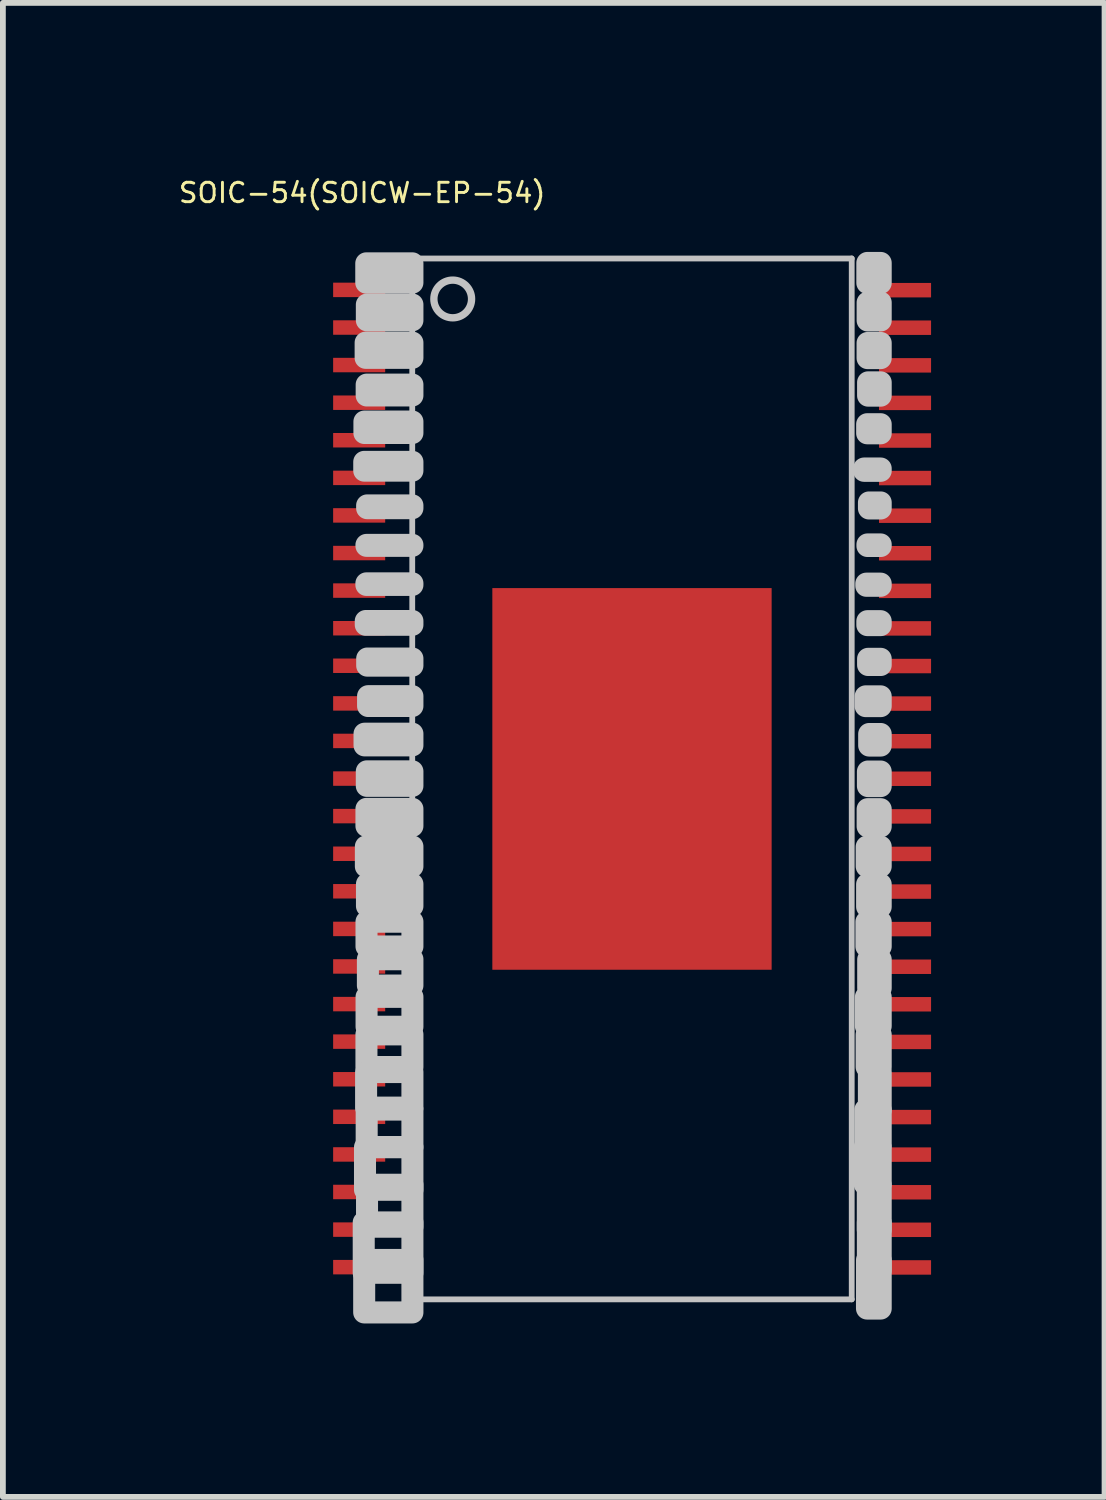
<source format=kicad_pcb>
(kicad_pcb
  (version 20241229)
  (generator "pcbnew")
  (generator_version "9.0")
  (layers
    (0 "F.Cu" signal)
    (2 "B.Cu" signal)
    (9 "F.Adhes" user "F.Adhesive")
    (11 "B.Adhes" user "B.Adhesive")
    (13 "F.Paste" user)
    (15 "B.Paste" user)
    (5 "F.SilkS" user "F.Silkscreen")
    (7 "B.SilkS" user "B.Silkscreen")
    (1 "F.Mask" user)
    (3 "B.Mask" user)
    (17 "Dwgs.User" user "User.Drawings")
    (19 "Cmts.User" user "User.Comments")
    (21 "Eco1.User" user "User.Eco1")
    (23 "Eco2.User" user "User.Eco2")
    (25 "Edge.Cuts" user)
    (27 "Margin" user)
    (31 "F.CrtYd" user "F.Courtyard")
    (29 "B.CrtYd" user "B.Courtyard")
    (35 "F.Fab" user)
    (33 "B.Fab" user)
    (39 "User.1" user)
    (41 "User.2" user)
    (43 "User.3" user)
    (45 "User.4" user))
  (footprint "SOIC-54(SOICW-EP-54)"
    (layer "F.Cu")
    (at 7.879 10.52)
    (property "Reference" "SOIC-54(SOICW-EP-54)" (at -4.666 -10.235 0) (layer "F.SilkS") (effects (font (size 0.336 0.336) (thickness 0.05))))
    (attr smd)
    (fp_line (start -3.8 -9.1) (end -3.8 8.9) (stroke (width 0.1) (type solid)) (layer "Dwgs.User"))
    (fp_line (start -3.8 8.9) (end 3.8 8.9) (stroke (width 0.1) (type solid)) (layer "Dwgs.User"))
    (fp_line (start 3.8 -9.1) (end -3.8 -9.1) (stroke (width 0.1) (type solid)) (layer "Dwgs.User"))
    (fp_line (start 3.8 8.9) (end 3.8 -9.1) (stroke (width 0.1) (type solid)) (layer "Dwgs.User"))
    (fp_circle (center -3.1 -8.4) (end -2.774 -8.4) (stroke (width 0.127) (type solid)) (fill no) (layer "Dwgs.User"))
    (fp_poly (pts (xy -3.797 -9.016) (xy -4.595 -9.016) (xy -4.595 -8.682) (xy -3.797 -8.682)) (stroke (width 0.381) (type solid)) (fill no) (layer "Dwgs.User"))
    (fp_poly (pts (xy -3.797 -8.303) (xy -4.585 -8.303) (xy -4.585 -8.031) (xy -3.797 -8.031)) (stroke (width 0.381) (type solid)) (fill no) (layer "Dwgs.User"))
    (fp_poly (pts (xy -3.797 -7.645) (xy -4.606 -7.645) (xy -4.606 -7.382) (xy -3.797 -7.382)) (stroke (width 0.381) (type solid)) (fill no) (layer "Dwgs.User"))
    (fp_poly (pts (xy -3.797 -6.919) (xy -4.588 -6.919) (xy -4.588 -6.731) (xy -3.797 -6.731)) (stroke (width 0.381) (type solid)) (fill no) (layer "Dwgs.User"))
    (fp_poly (pts (xy -3.797 -6.28) (xy -4.627 -6.28) (xy -4.627 -6.082) (xy -3.797 -6.082)) (stroke (width 0.381) (type solid)) (fill no) (layer "Dwgs.User"))
    (fp_poly (pts (xy -3.797 -5.583) (xy -4.63 -5.583) (xy -4.63 -5.431) (xy -3.797 -5.431)) (stroke (width 0.381) (type solid)) (fill no) (layer "Dwgs.User"))
    (fp_poly (pts (xy -3.797 -4.83) (xy -4.58 -4.83) (xy -4.58 -4.782) (xy -3.797 -4.782)) (stroke (width 0.381) (type solid)) (fill no) (layer "Dwgs.User"))
    (fp_poly (pts (xy -3.797 -4.147) (xy -4.592 -4.147) (xy -4.592 -4.131) (xy -3.797 -4.131)) (stroke (width 0.381) (type solid)) (fill no) (layer "Dwgs.User"))
    (fp_poly (pts (xy -3.797 -3.455) (xy -4.593 -3.455) (xy -4.593 -3.482) (xy -3.797 -3.482)) (stroke (width 0.381) (type solid)) (fill no) (layer "Dwgs.User"))
    (fp_poly (pts (xy -3.797 -2.765) (xy -4.604 -2.765) (xy -4.604 -2.831) (xy -3.797 -2.831)) (stroke (width 0.381) (type solid)) (fill no) (layer "Dwgs.User"))
    (fp_poly (pts (xy -3.797 -2.059) (xy -4.579 -2.059) (xy -4.579 -2.182) (xy -3.797 -2.182)) (stroke (width 0.381) (type solid)) (fill no) (layer "Dwgs.User"))
    (fp_poly (pts (xy -3.797 -1.361) (xy -4.564 -1.361) (xy -4.564 -1.531) (xy -3.797 -1.531)) (stroke (width 0.381) (type solid)) (fill no) (layer "Dwgs.User"))
    (fp_poly (pts (xy -3.797 -0.68) (xy -4.625 -0.68) (xy -4.625 -0.882) (xy -3.797 -0.882)) (stroke (width 0.381) (type solid)) (fill no) (layer "Dwgs.User"))
    (fp_poly (pts (xy -3.797 0.02) (xy -4.586 0.02) (xy -4.586 -0.231) (xy -3.797 -0.231)) (stroke (width 0.381) (type solid)) (fill no) (layer "Dwgs.User"))
    (fp_poly (pts (xy -3.797 0.714) (xy -4.592 0.714) (xy -4.592 0.418) (xy -3.797 0.418)) (stroke (width 0.381) (type solid)) (fill no) (layer "Dwgs.User"))
    (fp_poly (pts (xy -3.797 1.413) (xy -4.602 1.413) (xy -4.602 1.069) (xy -3.797 1.069)) (stroke (width 0.381) (type solid)) (fill no) (layer "Dwgs.User"))
    (fp_poly (pts (xy -3.797 2.099) (xy -4.583 2.099) (xy -4.583 1.718) (xy -3.797 1.718)) (stroke (width 0.381) (type solid)) (fill no) (layer "Dwgs.User"))
    (fp_poly (pts (xy -3.797 2.798) (xy -4.591 2.798) (xy -4.591 2.369) (xy -3.797 2.369)) (stroke (width 0.381) (type solid)) (fill no) (layer "Dwgs.User"))
    (fp_poly (pts (xy -3.797 3.473) (xy -4.567 3.473) (xy -4.567 3.018) (xy -3.797 3.018)) (stroke (width 0.381) (type solid)) (fill no) (layer "Dwgs.User"))
    (fp_poly (pts (xy -3.797 4.186) (xy -4.59 4.186) (xy -4.59 3.669) (xy -3.797 3.669)) (stroke (width 0.381) (type solid)) (fill no) (layer "Dwgs.User"))
    (fp_poly (pts (xy -3.797 4.882) (xy -4.592 4.882) (xy -4.592 4.318) (xy -3.797 4.318)) (stroke (width 0.381) (type solid)) (fill no) (layer "Dwgs.User"))
    (fp_poly (pts (xy -3.797 5.584) (xy -4.598 5.584) (xy -4.598 4.969) (xy -3.797 4.969)) (stroke (width 0.381) (type solid)) (fill no) (layer "Dwgs.User"))
    (fp_poly (pts (xy -3.797 6.265) (xy -4.588 6.265) (xy -4.588 5.618) (xy -3.797 5.618)) (stroke (width 0.381) (type solid)) (fill no) (layer "Dwgs.User"))
    (fp_poly (pts (xy -3.797 7.005) (xy -4.617 7.005) (xy -4.617 6.269) (xy -3.797 6.269)) (stroke (width 0.381) (type solid)) (fill no) (layer "Dwgs.User"))
    (fp_poly (pts (xy -3.797 7.644) (xy -4.582 7.644) (xy -4.582 6.918) (xy -3.797 6.918)) (stroke (width 0.381) (type solid)) (fill no) (layer "Dwgs.User"))
    (fp_poly (pts (xy -3.797 8.441) (xy -4.639 8.441) (xy -4.639 7.569) (xy -3.797 7.569)) (stroke (width 0.381) (type solid)) (fill no) (layer "Dwgs.User"))
    (fp_poly (pts (xy -3.797 9.126) (xy -4.631 9.126) (xy -4.631 8.218) (xy -3.797 8.218)) (stroke (width 0.381) (type solid)) (fill no) (layer "Dwgs.User"))
    (fp_poly (pts (xy 4.014 -5.428) (xy 4.301 -5.428) (xy 4.301 -5.468) (xy 4.014 -5.468)) (stroke (width 0.381) (type solid)) (fill no) (layer "Dwgs.User"))
    (fp_poly (pts (xy 4.025 6.272) (xy 4.301 6.272) (xy 4.301 6.907) (xy 4.025 6.907)) (stroke (width 0.381) (type solid)) (fill no) (layer "Dwgs.User"))
    (fp_poly (pts (xy 4.036 5.623) (xy 4.301 5.623) (xy 4.301 6.237) (xy 4.036 6.237)) (stroke (width 0.381) (type solid)) (fill no) (layer "Dwgs.User"))
    (fp_poly (pts (xy 4.041 -1.528) (xy 4.301 -1.528) (xy 4.301 -1.359) (xy 4.041 -1.359)) (stroke (width 0.381) (type solid)) (fill no) (layer "Dwgs.User"))
    (fp_poly (pts (xy 4.045 3.672) (xy 4.301 3.672) (xy 4.301 4.174) (xy 4.045 4.174)) (stroke (width 0.381) (type solid)) (fill no) (layer "Dwgs.User"))
    (fp_poly (pts (xy 4.052 -3.477) (xy 4.301 -3.477) (xy 4.301 -3.44) (xy 4.052 -3.44)) (stroke (width 0.381) (type solid)) (fill no) (layer "Dwgs.User"))
    (fp_poly (pts (xy 4.054 2.372) (xy 4.301 2.372) (xy 4.301 2.797) (xy 4.054 2.797)) (stroke (width 0.381) (type solid)) (fill no) (layer "Dwgs.User"))
    (fp_poly (pts (xy 4.058 4.323) (xy 4.301 4.323) (xy 4.301 4.882) (xy 4.058 4.882)) (stroke (width 0.381) (type solid)) (fill no) (layer "Dwgs.User"))
    (fp_poly (pts (xy 4.059 1.072) (xy 4.301 1.072) (xy 4.301 1.412) (xy 4.059 1.412)) (stroke (width 0.381) (type solid)) (fill no) (layer "Dwgs.User"))
    (fp_poly (pts (xy 4.064 8.223) (xy 4.301 8.223) (xy 4.301 9.059) (xy 4.064 9.059)) (stroke (width 0.381) (type solid)) (fill no) (layer "Dwgs.User"))
    (fp_poly (pts (xy 4.066 1.723) (xy 4.301 1.723) (xy 4.301 2.111) (xy 4.066 2.111)) (stroke (width 0.381) (type solid)) (fill no) (layer "Dwgs.User"))
    (fp_poly (pts (xy 4.067 -6.077) (xy 4.301 -6.077) (xy 4.301 -6.234) (xy 4.067 -6.234)) (stroke (width 0.381) (type solid)) (fill no) (layer "Dwgs.User"))
    (fp_poly (pts (xy 4.07 -8.677) (xy 4.301 -8.677) (xy 4.301 -9.023) (xy 4.07 -9.023)) (stroke (width 0.381) (type solid)) (fill no) (layer "Dwgs.User"))
    (fp_poly (pts (xy 4.07 -2.828) (xy 4.301 -2.828) (xy 4.301 -2.76) (xy 4.07 -2.76)) (stroke (width 0.381) (type solid)) (fill no) (layer "Dwgs.User"))
    (fp_poly (pts (xy 4.072 -4.128) (xy 4.301 -4.128) (xy 4.301 -4.155) (xy 4.072 -4.155)) (stroke (width 0.381) (type solid)) (fill no) (layer "Dwgs.User"))
    (fp_poly (pts (xy 4.074 -7.377) (xy 4.301 -7.377) (xy 4.301 -7.639) (xy 4.074 -7.639)) (stroke (width 0.381) (type solid)) (fill no) (layer "Dwgs.User"))
    (fp_poly (pts (xy 4.075 -8.028) (xy 4.301 -8.028) (xy 4.301 -8.338) (xy 4.075 -8.338)) (stroke (width 0.381) (type solid)) (fill no) (layer "Dwgs.User"))
    (fp_poly (pts (xy 4.075 0.423) (xy 4.301 0.423) (xy 4.301 0.722) (xy 4.075 0.722)) (stroke (width 0.381) (type solid)) (fill no) (layer "Dwgs.User"))
    (fp_poly (pts (xy 4.078 6.923) (xy 4.301 6.923) (xy 4.301 7.697) (xy 4.078 7.697)) (stroke (width 0.381) (type solid)) (fill no) (layer "Dwgs.User"))
    (fp_poly (pts (xy 4.079 7.572) (xy 4.301 7.572) (xy 4.301 8.395) (xy 4.079 8.395)) (stroke (width 0.381) (type solid)) (fill no) (layer "Dwgs.User"))
    (fp_poly (pts (xy 4.08 -0.228) (xy 4.301 -0.228) (xy 4.301 0.024) (xy 4.08 0.024)) (stroke (width 0.381) (type solid)) (fill no) (layer "Dwgs.User"))
    (fp_poly (pts (xy 4.083 -6.728) (xy 4.301 -6.728) (xy 4.301 -6.958) (xy 4.083 -6.958)) (stroke (width 0.381) (type solid)) (fill no) (layer "Dwgs.User"))
    (fp_poly (pts (xy 4.083 -2.177) (xy 4.301 -2.177) (xy 4.301 -2.07) (xy 4.083 -2.07)) (stroke (width 0.381) (type solid)) (fill no) (layer "Dwgs.User"))
    (fp_poly (pts (xy 4.085 3.023) (xy 4.301 3.023) (xy 4.301 3.518) (xy 4.085 3.518)) (stroke (width 0.381) (type solid)) (fill no) (layer "Dwgs.User"))
    (fp_poly (pts (xy 4.097 4.972) (xy 4.301 4.972) (xy 4.301 5.628) (xy 4.097 5.628)) (stroke (width 0.381) (type solid)) (fill no) (layer "Dwgs.User"))
    (fp_poly (pts (xy 4.098 -4.777) (xy 4.301 -4.777) (xy 4.301 -4.881) (xy 4.098 -4.881)) (stroke (width 0.381) (type solid)) (fill no) (layer "Dwgs.User"))
    (fp_poly (pts (xy 4.102 -0.877) (xy 4.301 -0.877) (xy 4.301 -0.677) (xy 4.102 -0.677)) (stroke (width 0.381) (type solid)) (fill no) (layer "Dwgs.User"))
    (pad "P$1" smd rect (at -4.718 -8.557 180) (size 0.9 0.25) (layers "F.Cu" "F.Mask" "F.Paste"))
    (pad "P$2" smd rect (at -4.718 -7.906 180) (size 0.9 0.25) (layers "F.Cu" "F.Mask" "F.Paste"))
    (pad "P$3" smd rect (at -4.718 -7.257 180) (size 0.9 0.25) (layers "F.Cu" "F.Mask" "F.Paste"))
    (pad "P$4" smd rect (at -4.718 -6.606 180) (size 0.9 0.25) (layers "F.Cu" "F.Mask" "F.Paste"))
    (pad "P$5" smd rect (at -4.718 -5.957 180) (size 0.9 0.25) (layers "F.Cu" "F.Mask" "F.Paste"))
    (pad "P$6" smd rect (at -4.718 -5.306 180) (size 0.9 0.25) (layers "F.Cu" "F.Mask" "F.Paste"))
    (pad "P$7" smd rect (at -4.718 -4.657 180) (size 0.9 0.25) (layers "F.Cu" "F.Mask" "F.Paste"))
    (pad "P$8" smd rect (at -4.718 -4.006 180) (size 0.9 0.25) (layers "F.Cu" "F.Mask" "F.Paste"))
    (pad "P$9" smd rect (at -4.718 -3.357 180) (size 0.9 0.25) (layers "F.Cu" "F.Mask" "F.Paste"))
    (pad "P$10" smd rect (at -4.718 -2.706 180) (size 0.9 0.25) (layers "F.Cu" "F.Mask" "F.Paste"))
    (pad "P$11" smd rect (at -4.718 -2.057 180) (size 0.9 0.25) (layers "F.Cu" "F.Mask" "F.Paste"))
    (pad "P$12" smd rect (at -4.718 -1.406 180) (size 0.9 0.25) (layers "F.Cu" "F.Mask" "F.Paste"))
    (pad "P$13" smd rect (at -4.718 -0.757 180) (size 0.9 0.25) (layers "F.Cu" "F.Mask" "F.Paste"))
    (pad "P$14" smd rect (at -4.718 -0.106 180) (size 0.9 0.25) (layers "F.Cu" "F.Mask" "F.Paste"))
    (pad "P$15" smd rect (at -4.718 0.543 180) (size 0.9 0.25) (layers "F.Cu" "F.Mask" "F.Paste"))
    (pad "P$16" smd rect (at -4.718 1.194 180) (size 0.9 0.25) (layers "F.Cu" "F.Mask" "F.Paste"))
    (pad "P$17" smd rect (at -4.718 1.843 180) (size 0.9 0.25) (layers "F.Cu" "F.Mask" "F.Paste"))
    (pad "P$18" smd rect (at -4.718 2.494 180) (size 0.9 0.25) (layers "F.Cu" "F.Mask" "F.Paste"))
    (pad "P$19" smd rect (at -4.718 3.143 180) (size 0.9 0.25) (layers "F.Cu" "F.Mask" "F.Paste"))
    (pad "P$20" smd rect (at -4.718 3.794 180) (size 0.9 0.25) (layers "F.Cu" "F.Mask" "F.Paste"))
    (pad "P$21" smd rect (at -4.718 4.443 180) (size 0.9 0.25) (layers "F.Cu" "F.Mask" "F.Paste"))
    (pad "P$22" smd rect (at -4.718 5.094 180) (size 0.9 0.25) (layers "F.Cu" "F.Mask" "F.Paste"))
    (pad "P$23" smd rect (at -4.718 5.743 180) (size 0.9 0.25) (layers "F.Cu" "F.Mask" "F.Paste"))
    (pad "P$24" smd rect (at -4.718 6.394 180) (size 0.9 0.25) (layers "F.Cu" "F.Mask" "F.Paste"))
    (pad "P$25" smd rect (at -4.718 7.043 180) (size 0.9 0.25) (layers "F.Cu" "F.Mask" "F.Paste"))
    (pad "P$26" smd rect (at -4.718 7.694 180) (size 0.9 0.25) (layers "F.Cu" "F.Mask" "F.Paste"))
    (pad "P$27" smd rect (at -4.718 8.343 180) (size 0.9 0.25) (layers "F.Cu" "F.Mask" "F.Paste"))
    (pad "P$28" smd rect (at 4.722 8.348) (size 0.9 0.25) (layers "F.Cu" "F.Mask" "F.Paste"))
    (pad "P$29" smd rect (at 4.722 7.697) (size 0.9 0.25) (layers "F.Cu" "F.Mask" "F.Paste"))
    (pad "P$30" smd rect (at 4.722 7.048) (size 0.9 0.25) (layers "F.Cu" "F.Mask" "F.Paste"))
    (pad "P$31" smd rect (at 4.722 6.397) (size 0.9 0.25) (layers "F.Cu" "F.Mask" "F.Paste"))
    (pad "P$32" smd rect (at 4.722 5.748) (size 0.9 0.25) (layers "F.Cu" "F.Mask" "F.Paste"))
    (pad "P$33" smd rect (at 4.722 5.097) (size 0.9 0.25) (layers "F.Cu" "F.Mask" "F.Paste"))
    (pad "P$34" smd rect (at 4.722 4.448) (size 0.9 0.25) (layers "F.Cu" "F.Mask" "F.Paste"))
    (pad "P$35" smd rect (at 4.722 3.797) (size 0.9 0.25) (layers "F.Cu" "F.Mask" "F.Paste"))
    (pad "P$36" smd rect (at 4.722 3.148) (size 0.9 0.25) (layers "F.Cu" "F.Mask" "F.Paste"))
    (pad "P$37" smd rect (at 4.722 2.497) (size 0.9 0.25) (layers "F.Cu" "F.Mask" "F.Paste"))
    (pad "P$38" smd rect (at 4.722 1.848) (size 0.9 0.25) (layers "F.Cu" "F.Mask" "F.Paste"))
    (pad "P$39" smd rect (at 4.722 1.197) (size 0.9 0.25) (layers "F.Cu" "F.Mask" "F.Paste"))
    (pad "P$40" smd rect (at 4.722 0.548) (size 0.9 0.25) (layers "F.Cu" "F.Mask" "F.Paste"))
    (pad "P$41" smd rect (at 4.722 -0.103) (size 0.9 0.25) (layers "F.Cu" "F.Mask" "F.Paste"))
    (pad "P$42" smd rect (at 4.722 -0.752) (size 0.9 0.25) (layers "F.Cu" "F.Mask" "F.Paste"))
    (pad "P$43" smd rect (at 4.722 -1.403) (size 0.9 0.25) (layers "F.Cu" "F.Mask" "F.Paste"))
    (pad "P$44" smd rect (at 4.722 -2.052) (size 0.9 0.25) (layers "F.Cu" "F.Mask" "F.Paste"))
    (pad "P$45" smd rect (at 4.722 -2.703) (size 0.9 0.25) (layers "F.Cu" "F.Mask" "F.Paste"))
    (pad "P$46" smd rect (at 4.722 -3.352) (size 0.9 0.25) (layers "F.Cu" "F.Mask" "F.Paste"))
    (pad "P$47" smd rect (at 4.722 -4.003) (size 0.9 0.25) (layers "F.Cu" "F.Mask" "F.Paste"))
    (pad "P$48" smd rect (at 4.722 -4.652) (size 0.9 0.25) (layers "F.Cu" "F.Mask" "F.Paste"))
    (pad "P$49" smd rect (at 4.722 -5.303) (size 0.9 0.25) (layers "F.Cu" "F.Mask" "F.Paste"))
    (pad "P$50" smd rect (at 4.722 -5.952) (size 0.9 0.25) (layers "F.Cu" "F.Mask" "F.Paste"))
    (pad "P$51" smd rect (at 4.722 -6.603) (size 0.9 0.25) (layers "F.Cu" "F.Mask" "F.Paste"))
    (pad "P$52" smd rect (at 4.722 -7.252) (size 0.9 0.25) (layers "F.Cu" "F.Mask" "F.Paste"))
    (pad "P$53" smd rect (at 4.722 -7.903) (size 0.9 0.25) (layers "F.Cu" "F.Mask" "F.Paste"))
    (pad "P$54" smd rect (at 4.722 -8.552) (size 0.9 0.25) (layers "F.Cu" "F.Mask" "F.Paste"))
    (pad "P$55" smd rect (at 0 -0.1 90) (size 6.6 4.83) (layers "F.Cu" "F.Mask" "F.Paste")))
  (gr_rect
    (start -3 -3)
    (end 16.051 22.836)
    (stroke (width 0.1) (type default))
    (fill no)
    (layer "Edge.Cuts")))
</source>
